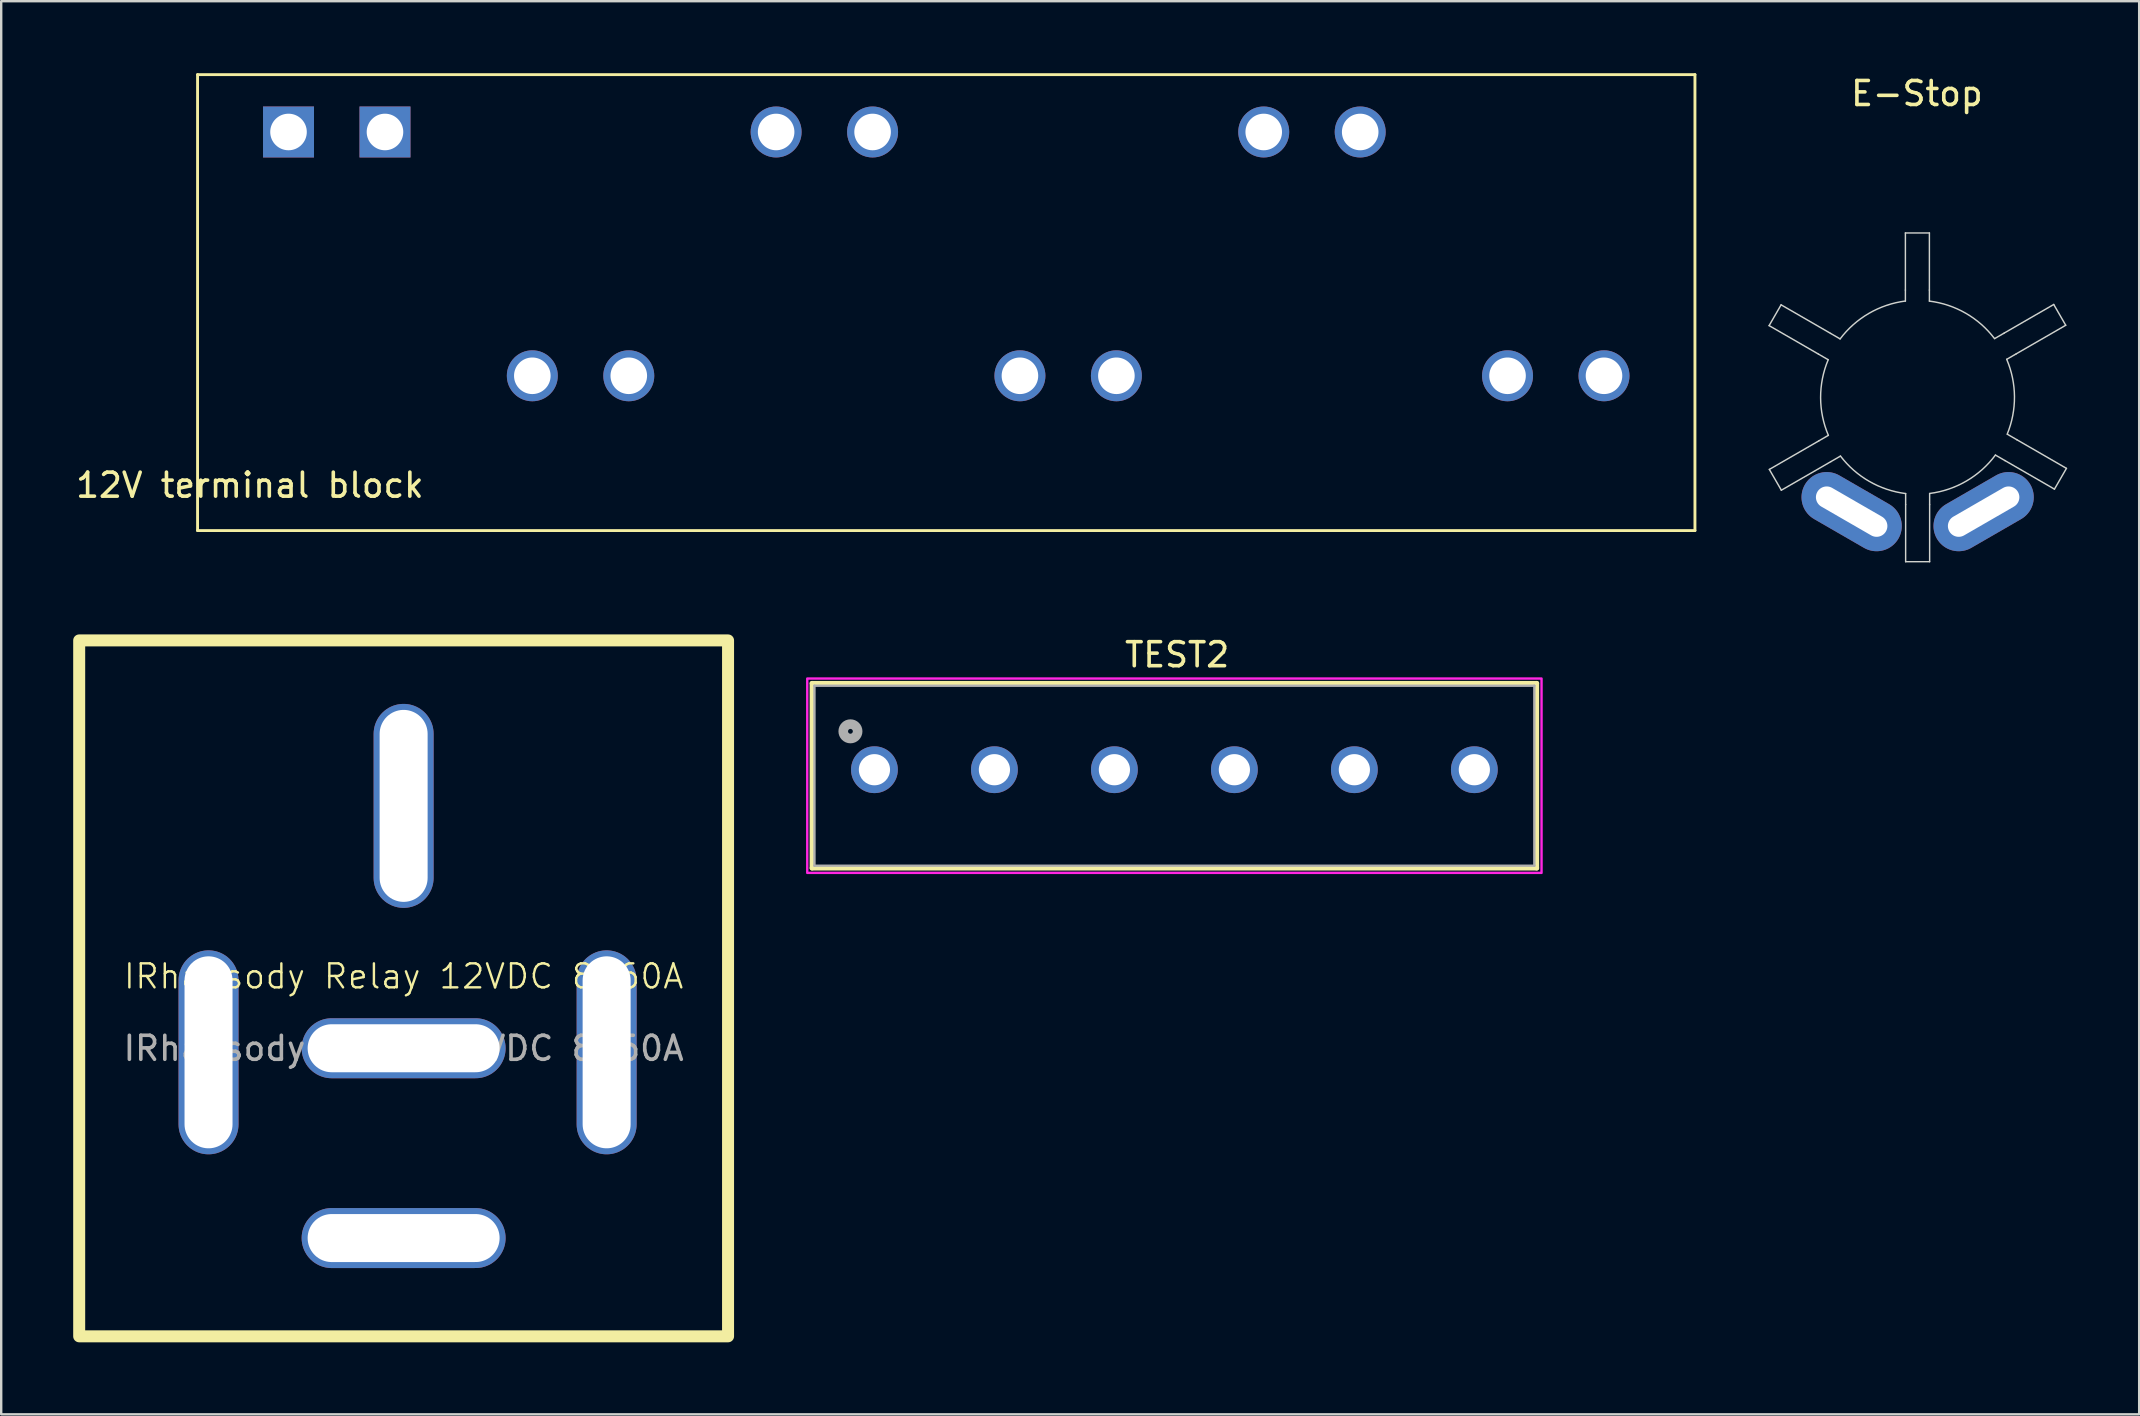
<source format=kicad_pcb>
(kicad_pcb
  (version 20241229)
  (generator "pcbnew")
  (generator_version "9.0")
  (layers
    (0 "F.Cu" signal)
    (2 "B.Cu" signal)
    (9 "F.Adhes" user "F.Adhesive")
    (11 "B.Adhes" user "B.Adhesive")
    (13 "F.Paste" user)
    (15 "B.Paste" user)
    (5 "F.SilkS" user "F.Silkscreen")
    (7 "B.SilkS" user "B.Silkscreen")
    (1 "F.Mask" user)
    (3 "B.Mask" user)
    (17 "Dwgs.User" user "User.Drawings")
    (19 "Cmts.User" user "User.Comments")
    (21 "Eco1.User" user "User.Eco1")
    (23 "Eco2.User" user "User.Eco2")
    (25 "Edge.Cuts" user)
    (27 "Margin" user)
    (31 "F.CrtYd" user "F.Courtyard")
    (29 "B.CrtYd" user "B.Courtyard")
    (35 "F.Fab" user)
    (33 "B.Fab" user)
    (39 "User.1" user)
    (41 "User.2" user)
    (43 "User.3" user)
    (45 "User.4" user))
  (footprint "IRhapsody Relay 12VDC 8060A"
    (layer "F.Cu")
    (at 13.77 38.138)
    (property "Reference" "IRhapsody Relay 12VDC 8060A" (at 0 -0.5 0) (unlocked yes) (layer "F.SilkS") (effects (font (size 1 1) (thickness 0.1))))
    (attr through_hole)
    (fp_rect (start -13.52 -14.5) (end 13.52 14.5) (stroke (width 0.5) (type solid)) (fill no) (layer "F.SilkS"))
    (fp_text user "${REFERENCE}" (at 0 2.5 0) (unlocked yes) (layer "F.Fab") (effects (font (size 1 1) (thickness 0.15))))
    (pad "1" thru_hole oval (at 0 -7.605) (size 2.5 8.5) (drill oval 2 8) (layers "*.Cu" "*.Mask"))
    (pad "2" thru_hole oval (at 0 2.495 90) (size 2.5 8.5) (drill oval 2 8) (layers "*.Cu" "*.Mask"))
    (pad "3" thru_hole oval (at 8.46 2.665 180) (size 2.5 8.5) (drill oval 2 8) (layers "*.Cu" "*.Mask"))
    (pad "4" thru_hole oval (at 0 10.405 90) (size 2.5 8.5) (drill oval 2 8) (layers "*.Cu" "*.Mask"))
    (pad "5" thru_hole oval (at -8.13 2.665 180) (size 2.5 8.5) (drill oval 2 8) (layers "*.Cu" "*.Mask")))
  (footprint "12V terminal block"
    (layer "F.Cu")
    (at 8.973 2.45)
    (property "Reference" "12V terminal block" (at -1.61 14.72 0) (unlocked yes) (layer "F.SilkS") (effects (font (size 1 1) (thickness 0.15))))
    (attr through_hole)
    (fp_line (start -3.79 -2.39) (end -3.79 16.61) (stroke (width 0.12) (type solid)) (layer "F.SilkS"))
    (fp_line (start -3.79 16.61) (end 58.61 16.61) (stroke (width 0.12) (type solid)) (layer "F.SilkS"))
    (fp_line (start 58.61 -2.39) (end -3.79 -2.39) (stroke (width 0.12) (type solid)) (layer "F.SilkS"))
    (fp_line (start 58.61 16.61) (end 58.61 -2.39) (stroke (width 0.12) (type solid)) (layer "F.SilkS"))
    (pad "1" thru_hole rect (at 0 0) (size 2.124 2.124) (drill 1.524) (layers "*.Cu" "*.Mask"))
    (pad "1" thru_hole rect (at 4.02 0) (size 2.124 2.124) (drill 1.524) (layers "*.Cu" "*.Mask"))
    (pad "2" thru_hole circle (at 10.16 10.16) (size 2.124 2.124) (drill 1.524) (layers "*.Cu" "*.Mask"))
    (pad "2" thru_hole circle (at 14.18 10.16) (size 2.124 2.124) (drill 1.524) (layers "*.Cu" "*.Mask"))
    (pad "3" thru_hole circle (at 20.32 0) (size 2.124 2.124) (drill 1.524) (layers "*.Cu" "*.Mask"))
    (pad "3" thru_hole circle (at 24.34 0) (size 2.124 2.124) (drill 1.524) (layers "*.Cu" "*.Mask"))
    (pad "4" thru_hole circle (at 30.48 10.16) (size 2.124 2.124) (drill 1.524) (layers "*.Cu" "*.Mask"))
    (pad "4" thru_hole circle (at 34.5 10.16) (size 2.124 2.124) (drill 1.524) (layers "*.Cu" "*.Mask"))
    (pad "5" thru_hole circle (at 40.64 0) (size 2.124 2.124) (drill 1.524) (layers "*.Cu" "*.Mask"))
    (pad "5" thru_hole circle (at 44.66 0) (size 2.124 2.124) (drill 1.524) (layers "*.Cu" "*.Mask"))
    (pad "6" thru_hole circle (at 50.8 10.16) (size 2.124 2.124) (drill 1.524) (layers "*.Cu" "*.Mask"))
    (pad "6" thru_hole circle (at 54.82 10.16) (size 2.124 2.124) (drill 1.524) (layers "*.Cu" "*.Mask")))
  (footprint "TEST2"
    (layer "F.Cu")
    (at 45.89 29.026)
    (property "Reference" "TEST2" (at 0.114 -4.79 180) (layer "F.SilkS") (effects (font (size 1 1) (thickness 0.15))))
    (attr through_hole)
    (fp_line (start -15.1 -3.6) (end -15.1 4.1) (stroke (width 0.2) (type solid)) (layer "F.SilkS"))
    (fp_line (start -15.1 4.1) (end 15.1 4.1) (stroke (width 0.2) (type solid)) (layer "F.SilkS"))
    (fp_line (start 15.1 -3.6) (end -15.1 -3.6) (stroke (width 0.2) (type solid)) (layer "F.SilkS"))
    (fp_line (start 15.1 4.1) (end 15.1 -3.6) (stroke (width 0.2) (type solid)) (layer "F.SilkS"))
    (fp_poly (pts (xy -15.3 -3.8) (xy 15.3 -3.8) (xy 15.3 4.3) (xy -15.3 4.3)) (stroke (width 0.1) (type solid)) (fill no) (layer "F.CrtYd"))
    (fp_line (start -15 -3.5) (end -15 4) (stroke (width 0.1) (type solid)) (layer "F.Fab"))
    (fp_line (start -15 4) (end 15 4) (stroke (width 0.1) (type solid)) (layer "F.Fab"))
    (fp_line (start 15 -3.5) (end -15 -3.5) (stroke (width 0.1) (type solid)) (layer "F.Fab"))
    (fp_line (start 15 4) (end 15 -3.5) (stroke (width 0.1) (type solid)) (layer "F.Fab"))
    (fp_circle (center -13.5 -1.6) (end -13.4 -1.6) (stroke (width 0.4) (type solid)) (fill no) (layer "F.Fab"))
    (pad "1" thru_hole circle (at -12.5 0) (size 1.95 1.95) (drill 1.3) (layers "*.Cu" "*.Mask"))
    (pad "2" thru_hole circle (at -7.5 0) (size 1.95 1.95) (drill 1.3) (layers "*.Cu" "*.Mask"))
    (pad "3" thru_hole circle (at -2.5 0) (size 1.95 1.95) (drill 1.3) (layers "*.Cu" "*.Mask"))
    (pad "4" thru_hole circle (at 2.5 0) (size 1.95 1.95) (drill 1.3) (layers "*.Cu" "*.Mask"))
    (pad "5" thru_hole circle (at 7.5 0) (size 1.95 1.95) (drill 1.3) (layers "*.Cu" "*.Mask"))
    (pad "6" thru_hole circle (at 12.5 0) (size 1.95 1.95) (drill 1.3) (layers "*.Cu" "*.Mask")))
  (footprint "E-Stop"
    (layer "F.Cu")
    (at 76.863 13.508)
    (property "Reference" "E-Stop" (at -0.03 -12.66 0) (unlocked yes) (layer "F.SilkS") (effects (font (size 1 1) (thickness 0.15))))
    (attr through_hole)
    (fp_line (start -6.19 -2.989) (end -4.129 -1.799) (stroke (width 0.06) (type solid)) (layer "Edge.Cuts"))
    (fp_line (start -6.18 3.004) (end -5.68 3.87) (stroke (width 0.06) (type solid)) (layer "Edge.Cuts"))
    (fp_line (start -6.18 3.004) (end -4.118 1.814) (stroke (width 0.06) (type solid)) (layer "Edge.Cuts"))
    (fp_line (start -5.69 -3.855) (end -6.19 -2.989) (stroke (width 0.06) (type solid)) (layer "Edge.Cuts"))
    (fp_line (start -5.69 -3.855) (end -3.629 -2.665) (stroke (width 0.06) (type solid)) (layer "Edge.Cuts"))
    (fp_line (start -5.68 3.87) (end -3.618 2.68) (stroke (width 0.06) (type solid)) (layer "Edge.Cuts"))
    (fp_line (start -4.129 -1.799) (end -3.731 -1.569) (stroke (width 0.06) (type solid)) (layer "Edge.Cuts"))
    (fp_line (start -3.72 1.584) (end -4.118 1.814) (stroke (width 0.06) (type solid)) (layer "Edge.Cuts"))
    (fp_line (start -3.618 2.68) (end -3.22 2.45) (stroke (width 0.06) (type solid)) (layer "Edge.Cuts"))
    (fp_line (start -3.231 -2.435) (end -3.629 -2.665) (stroke (width 0.06) (type solid)) (layer "Edge.Cuts"))
    (fp_line (start -0.51 -6.85) (end -0.51 -4.47) (stroke (width 0.06) (type solid)) (layer "Edge.Cuts"))
    (fp_line (start -0.51 -4.47) (end -0.51 -4.01) (stroke (width 0.06) (type solid)) (layer "Edge.Cuts"))
    (fp_line (start -0.5 4.01) (end -0.5 4.47) (stroke (width 0.06) (type solid)) (layer "Edge.Cuts"))
    (fp_line (start -0.5 6.85) (end -0.5 4.47) (stroke (width 0.06) (type solid)) (layer "Edge.Cuts"))
    (fp_line (start -0.5 6.85) (end 0.5 6.85) (stroke (width 0.06) (type solid)) (layer "Edge.Cuts"))
    (fp_line (start 0.49 -6.85) (end -0.51 -6.85) (stroke (width 0.06) (type solid)) (layer "Edge.Cuts"))
    (fp_line (start 0.49 -6.85) (end 0.49 -4.47) (stroke (width 0.06) (type solid)) (layer "Edge.Cuts"))
    (fp_line (start 0.49 -4.01) (end 0.49 -4.47) (stroke (width 0.06) (type solid)) (layer "Edge.Cuts"))
    (fp_line (start 0.5 4.47) (end 0.5 4.01) (stroke (width 0.06) (type solid)) (layer "Edge.Cuts"))
    (fp_line (start 0.5 6.85) (end 0.5 4.47) (stroke (width 0.06) (type solid)) (layer "Edge.Cuts"))
    (fp_line (start 3.242 2.406) (end 3.64 2.636) (stroke (width 0.06) (type solid)) (layer "Edge.Cuts"))
    (fp_line (start 3.61 -2.68) (end 3.212 -2.45) (stroke (width 0.06) (type solid)) (layer "Edge.Cuts"))
    (fp_line (start 3.712 -1.584) (end 4.11 -1.814) (stroke (width 0.06) (type solid)) (layer "Edge.Cuts"))
    (fp_line (start 4.14 1.77) (end 3.742 1.54) (stroke (width 0.06) (type solid)) (layer "Edge.Cuts"))
    (fp_line (start 5.671 -3.87) (end 3.61 -2.68) (stroke (width 0.06) (type solid)) (layer "Edge.Cuts"))
    (fp_line (start 5.701 3.826) (end 3.64 2.636) (stroke (width 0.06) (type solid)) (layer "Edge.Cuts"))
    (fp_line (start 5.701 3.826) (end 6.201 2.96) (stroke (width 0.06) (type solid)) (layer "Edge.Cuts"))
    (fp_line (start 6.171 -3.004) (end 4.11 -1.814) (stroke (width 0.06) (type solid)) (layer "Edge.Cuts"))
    (fp_line (start 6.171 -3.004) (end 5.671 -3.87) (stroke (width 0.06) (type solid)) (layer "Edge.Cuts"))
    (fp_line (start 6.201 2.96) (end 4.14 1.77) (stroke (width 0.06) (type solid)) (layer "Edge.Cuts"))
    (fp_arc (start -3.719999 1.583974) (mid -4.04337 0.00901) (end -3.727022 -1.567379) (stroke (width 0.06) (type solid)) (layer "Edge.Cuts"))
    (fp_arc (start -3.230814 -2.435) (mid -2.030101 -3.499048) (end -0.510424 -4.013334) (stroke (width 0.06) (type solid)) (layer "Edge.Cuts"))
    (fp_arc (start -0.5 4.009999) (mid -2.015575 3.502291) (end -3.215984 2.446945) (stroke (width 0.06) (type solid)) (layer "Edge.Cuts"))
    (fp_arc (start 0.49 -4.01) (mid 2.006667 -3.503425) (end 3.205756 -2.445557) (stroke (width 0.06) (type solid)) (layer "Edge.Cuts"))
    (fp_arc (start 3.241628 2.406026) (mid 2.034406 3.486803) (end 0.499495 4.005948) (stroke (width 0.06) (type solid)) (layer "Edge.Cuts"))
    (fp_arc (start 3.711628 -1.583974) (mid 4.035529 -0.026043) (end 3.731762 1.535939) (stroke (width 0.06) (type solid)) (layer "Edge.Cuts"))
    (pad "1" thru_hole oval (at -2.75 4.763 330) (size 4.5 2.1) (drill oval 3.3 0.9) (layers "*.Cu" "*.Mask"))
    (pad "2" thru_hole oval (at 2.75 4.763 30) (size 4.5 2.1) (drill oval 3.3 0.9) (layers "*.Cu" "*.Mask")))
  (gr_rect
    (start -3 -3)
    (end 86.095 55.888)
    (stroke (width 0.1) (type default))
    (fill no)
    (layer "Edge.Cuts")))
</source>
